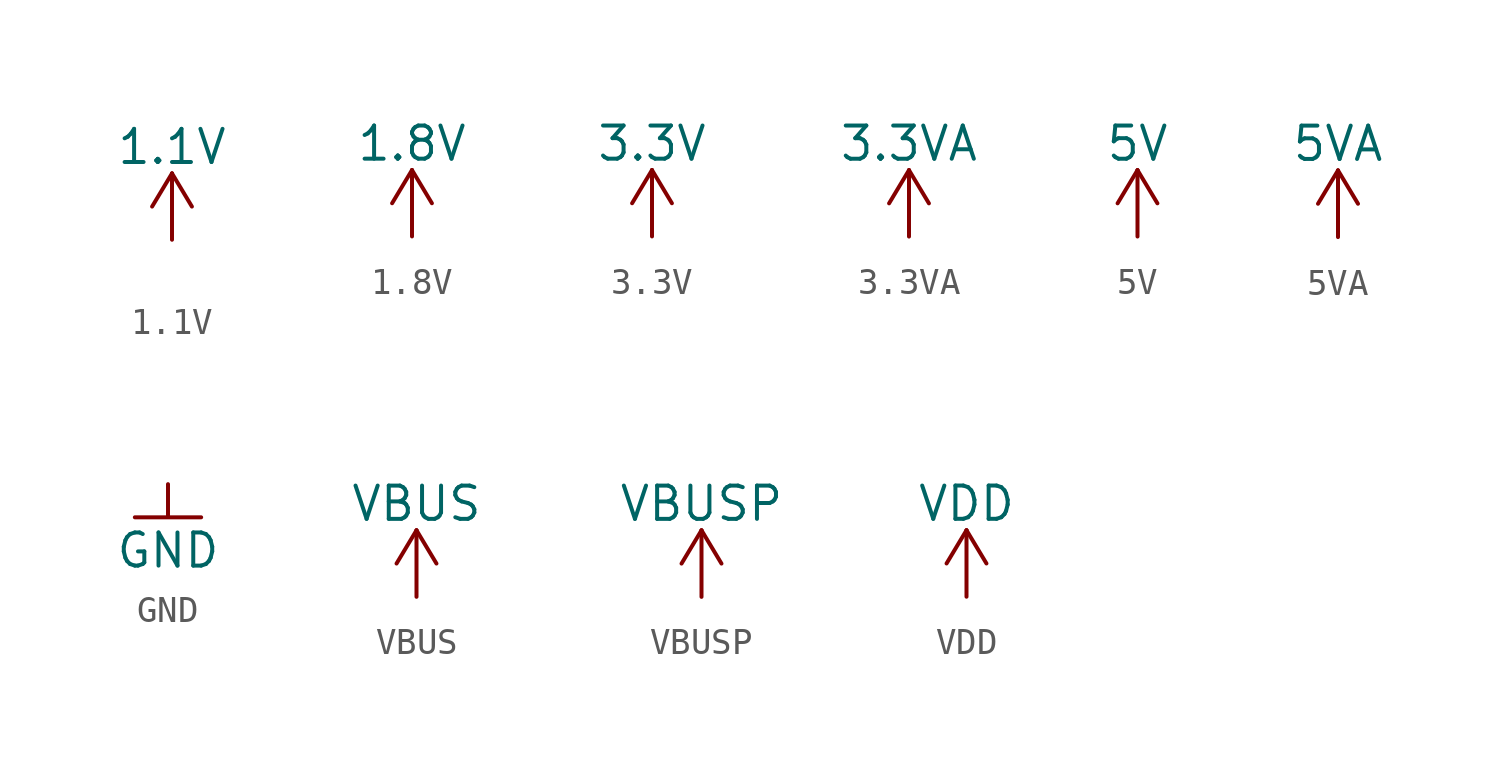
<source format=kicad_sym>
(kicad_symbol_lib
  (version 20220914)
  (generator kicad_symbol_editor)
  (symbol "1.1V"
    (power)
    (pin_names
      (offset 0))
    (property "Reference" "#1V1"
      (at 0 -2.54 0)
      (effects (font (size 1.27 1.27)) hide))
    (property "Value" "1.1V"
      (at 0 3.556 0)
      (effects (font (size 1.27 1.27))))
    (symbol "1.1V_0_1"
      (polyline (pts (xy -0.762 1.27) (xy 0 2.54)) (stroke (width 0) (type default)) (fill (type none)))
      (polyline (pts (xy 0 0) (xy 0 2.54)) (stroke (width 0) (type default)) (fill (type none)))
      (polyline (pts (xy 0 2.54) (xy 0.762 1.27)) (stroke (width 0) (type default)) (fill (type none))))
    (symbol "1.1V_1_1"
      (pin power_in line (at -1.27 -1.27 90) (length 0) hide (name "1.1V" (effects (font (size 1.27 1.27)))) (number "1" (effects (font (size 1.27 1.27)))))))
  (symbol "1.8V"
    (power)
    (pin_names
      (offset 0))
    (property "Reference" "#1V8"
      (at 0 -3.81 0)
      (effects (font (size 1.27 1.27)) hide))
    (property "Value" "1.8V"
      (at 0 3.556 0)
      (effects (font (size 1.27 1.27))))
    (symbol "1.8V_0_1"
      (polyline (pts (xy -0.762 1.27) (xy 0 2.54)) (stroke (width 0) (type default)) (fill (type none)))
      (polyline (pts (xy 0 0) (xy 0 2.54)) (stroke (width 0) (type default)) (fill (type none)))
      (polyline (pts (xy 0 2.54) (xy 0.762 1.27)) (stroke (width 0) (type default)) (fill (type none))))
    (symbol "1.8V_1_1"
      (pin power_in line (at 0 0 90) (length 0) hide (name "1.8V" (effects (font (size 1.27 1.27)))) (number "1" (effects (font (size 1.27 1.27)))))))
  (symbol "3.3V"
    (power)
    (pin_names
      (offset 0))
    (property "Reference" "#3V3"
      (at 0 -3.81 0)
      (effects (font (size 1.27 1.27)) hide))
    (property "Value" "3.3V"
      (at 0 3.556 0)
      (effects (font (size 1.27 1.27))))
    (symbol "3.3V_0_1"
      (polyline (pts (xy -0.762 1.27) (xy 0 2.54)) (stroke (width 0) (type default)) (fill (type none)))
      (polyline (pts (xy 0 0) (xy 0 2.54)) (stroke (width 0) (type default)) (fill (type none)))
      (polyline (pts (xy 0 2.54) (xy 0.762 1.27)) (stroke (width 0) (type default)) (fill (type none))))
    (symbol "3.3V_1_1"
      (pin power_in line (at 0 0 90) (length 0) hide (name "3.3V" (effects (font (size 1.27 1.27)))) (number "1" (effects (font (size 1.27 1.27)))))))
  (symbol "3.3VA"
    (power)
    (pin_names
      (offset 0))
    (property "Reference" "#3V3A"
      (at 0 -3.81 0)
      (effects (font (size 1.27 1.27)) hide))
    (property "Value" "3.3VA"
      (at 0 3.556 0)
      (effects (font (size 1.27 1.27))))
    (symbol "3.3VA_0_1"
      (polyline (pts (xy -0.762 1.27) (xy 0 2.54)) (stroke (width 0) (type default)) (fill (type none)))
      (polyline (pts (xy 0 0) (xy 0 2.54)) (stroke (width 0) (type default)) (fill (type none)))
      (polyline (pts (xy 0 2.54) (xy 0.762 1.27)) (stroke (width 0) (type default)) (fill (type none))))
    (symbol "3.3VA_1_1"
      (pin power_in line (at 0 0 90) (length 0) hide (name "3.3VA" (effects (font (size 1.27 1.27)))) (number "1" (effects (font (size 1.27 1.27)))))))
  (symbol "5V"
    (power)
    (pin_names
      (offset 0))
    (property "Reference" "#5V"
      (at 0 -3.81 0)
      (effects (font (size 1.27 1.27)) hide))
    (property "Value" "5V"
      (at 0 3.556 0)
      (effects (font (size 1.27 1.27))))
    (symbol "5V_0_1"
      (polyline (pts (xy -0.762 1.27) (xy 0 2.54)) (stroke (width 0) (type default)) (fill (type none)))
      (polyline (pts (xy 0 0) (xy 0 2.54)) (stroke (width 0) (type default)) (fill (type none)))
      (polyline (pts (xy 0 2.54) (xy 0.762 1.27)) (stroke (width 0) (type default)) (fill (type none))))
    (symbol "5V_1_1"
      (pin power_in line (at 0 0 90) (length 0) hide (name "5V" (effects (font (size 1.27 1.27)))) (number "1" (effects (font (size 1.27 1.27)))))))
  (symbol "5VA"
    (power)
    (pin_names
      (offset 0))
    (property "Reference" "#5VA"
      (at 0 -3.81 0)
      (effects (font (size 1.27 1.27)) hide))
    (property "Value" "5VA"
      (at 0 3.556 0)
      (effects (font (size 1.27 1.27))))
    (symbol "5VA_0_1"
      (polyline (pts (xy -0.762 1.27) (xy 0 2.54)) (stroke (width 0) (type default)) (fill (type none)))
      (polyline (pts (xy 0 0) (xy 0 2.54)) (stroke (width 0) (type default)) (fill (type none)))
      (polyline (pts (xy 0 2.54) (xy 0.762 1.27)) (stroke (width 0) (type default)) (fill (type none))))
    (symbol "5VA_1_1"
      (pin power_in line (at 0 0 90) (length 0) hide (name "5VA" (effects (font (size 1.27 1.27)))) (number "1" (effects (font (size 1.27 1.27)))))))
  (symbol "GND"
    (power)
    (pin_names
      (offset 0))
    (property "Reference" "#PWR"
      (at 0 -6.35 0)
      (effects (font (size 1.27 1.27)) hide))
    (property "Value" "GND"
      (at 0 -2.54 0)
      (effects (font (size 1.27 1.27))))
    (symbol "GND_0_1"
      (polyline (pts (xy 0 0) (xy 0 -1.27) (xy 1.27 -1.27) (xy 0 -1.27) (xy -1.27 -1.27) (xy 0 -1.27)) (stroke (width 0) (type default)) (fill (type none))))
    (symbol "GND_1_1"
      (pin power_in line (at 0 0 270) (length 0) hide (name "GND" (effects (font (size 1.27 1.27)))) (number "1" (effects (font (size 1.27 1.27)))))))
  (symbol "VBUS"
    (power)
    (pin_names
      (offset 0))
    (property "Reference" "#VBUS"
      (at 0 -3.81 0)
      (effects (font (size 1.27 1.27)) hide))
    (property "Value" "VBUS"
      (at 0 3.556 0)
      (effects (font (size 1.27 1.27))))
    (symbol "VBUS_0_1"
      (polyline (pts (xy -0.762 1.27) (xy 0 2.54)) (stroke (width 0) (type default)) (fill (type none)))
      (polyline (pts (xy 0 0) (xy 0 2.54)) (stroke (width 0) (type default)) (fill (type none)))
      (polyline (pts (xy 0 2.54) (xy 0.762 1.27)) (stroke (width 0) (type default)) (fill (type none))))
    (symbol "VBUS_1_1"
      (pin power_in line (at 0 0 90) (length 0) hide (name "VBUS" (effects (font (size 1.27 1.27)))) (number "1" (effects (font (size 1.27 1.27)))))))
  (symbol "VBUSP"
    (power)
    (pin_names
      (offset 0))
    (property "Reference" "#VBUSP"
      (at 0 -3.81 0)
      (effects (font (size 1.27 1.27)) hide))
    (property "Value" "VBUSP"
      (at 0 3.556 0)
      (effects (font (size 1.27 1.27))))
    (symbol "VBUSP_0_1"
      (polyline (pts (xy -0.762 1.27) (xy 0 2.54)) (stroke (width 0) (type default)) (fill (type none)))
      (polyline (pts (xy 0 0) (xy 0 2.54)) (stroke (width 0) (type default)) (fill (type none)))
      (polyline (pts (xy 0 2.54) (xy 0.762 1.27)) (stroke (width 0) (type default)) (fill (type none))))
    (symbol "VBUSP_1_1"
      (pin power_in line (at 0 0 90) (length 0) hide (name "VBUSP" (effects (font (size 1.27 1.27)))) (number "1" (effects (font (size 1.27 1.27)))))))
  (symbol "VDD"
    (power)
    (pin_names
      (offset 0))
    (property "Reference" "#VDD"
      (at 0 -3.81 0)
      (effects (font (size 1.27 1.27)) hide))
    (property "Value" "VDD"
      (at 0 3.556 0)
      (effects (font (size 1.27 1.27))))
    (symbol "VDD_0_1"
      (polyline (pts (xy -0.762 1.27) (xy 0 2.54)) (stroke (width 0) (type default)) (fill (type none)))
      (polyline (pts (xy 0 0) (xy 0 2.54)) (stroke (width 0) (type default)) (fill (type none)))
      (polyline (pts (xy 0 2.54) (xy 0.762 1.27)) (stroke (width 0) (type default)) (fill (type none))))
    (symbol "VDD_1_1"
      (pin power_in line (at 0 0 90) (length 0) hide (name "1.1V" (effects (font (size 1.27 1.27)))) (number "1" (effects (font (size 1.27 1.27))))))))
</source>
